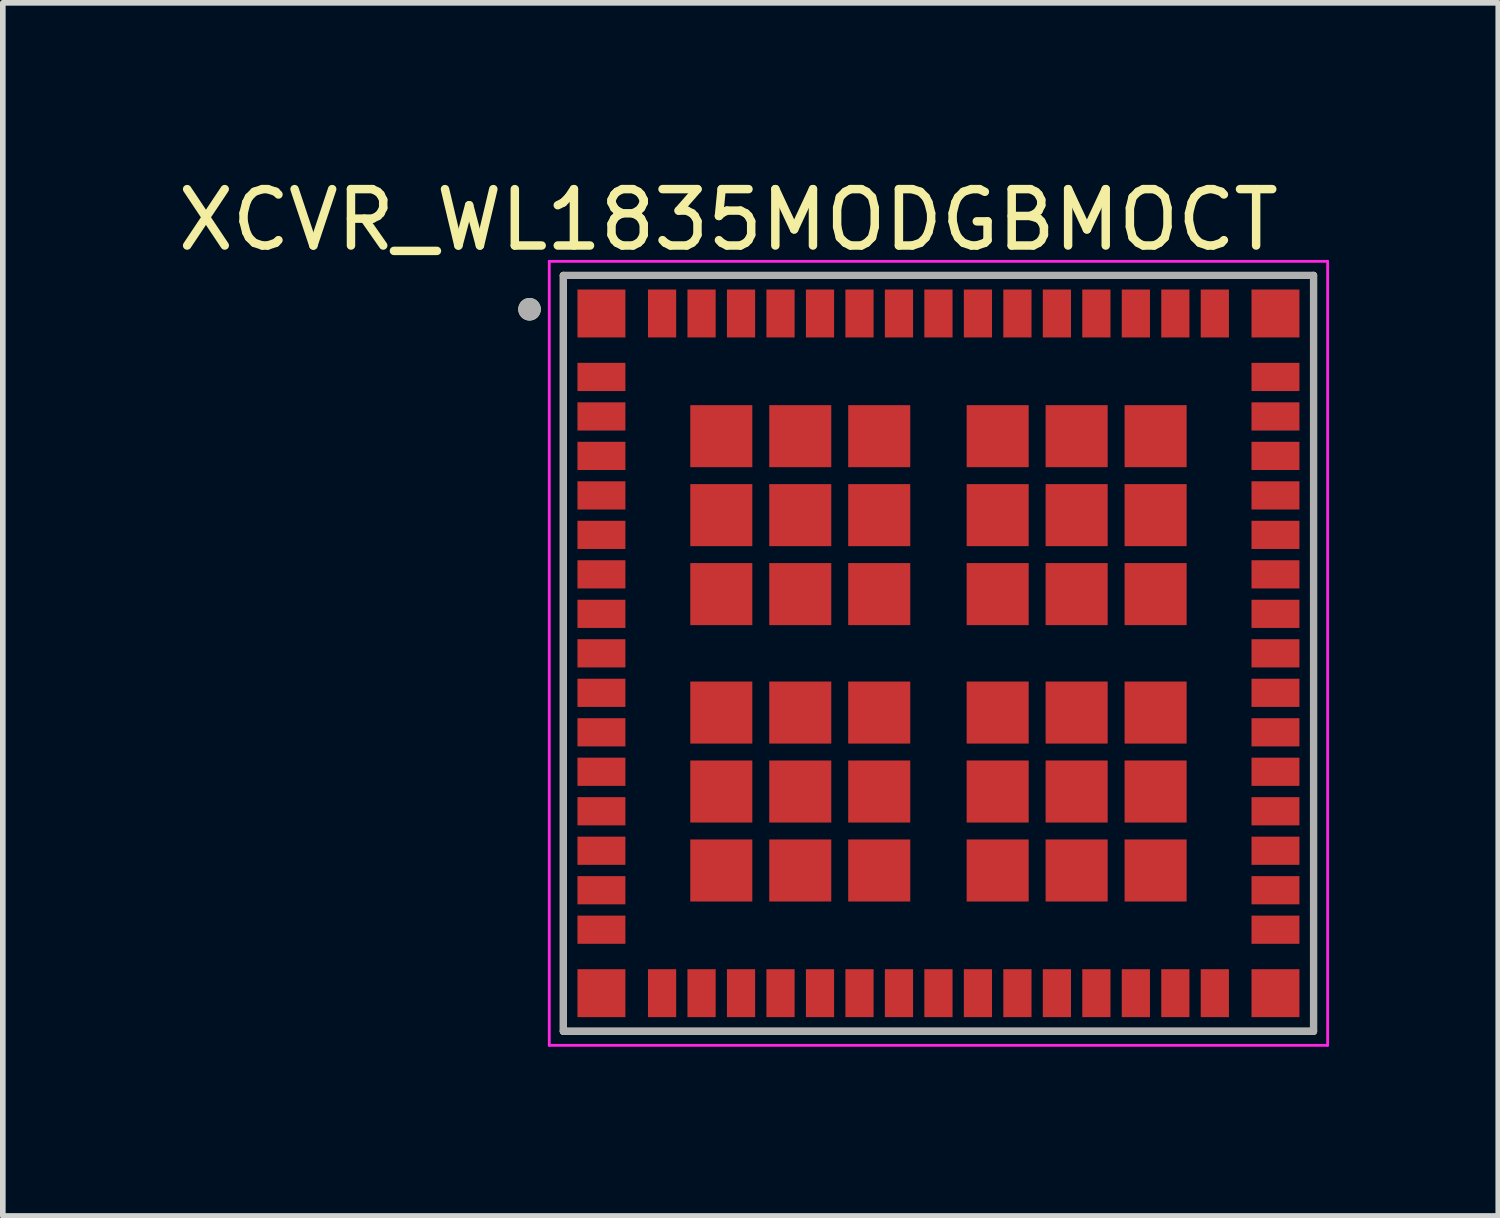
<source format=kicad_pcb>
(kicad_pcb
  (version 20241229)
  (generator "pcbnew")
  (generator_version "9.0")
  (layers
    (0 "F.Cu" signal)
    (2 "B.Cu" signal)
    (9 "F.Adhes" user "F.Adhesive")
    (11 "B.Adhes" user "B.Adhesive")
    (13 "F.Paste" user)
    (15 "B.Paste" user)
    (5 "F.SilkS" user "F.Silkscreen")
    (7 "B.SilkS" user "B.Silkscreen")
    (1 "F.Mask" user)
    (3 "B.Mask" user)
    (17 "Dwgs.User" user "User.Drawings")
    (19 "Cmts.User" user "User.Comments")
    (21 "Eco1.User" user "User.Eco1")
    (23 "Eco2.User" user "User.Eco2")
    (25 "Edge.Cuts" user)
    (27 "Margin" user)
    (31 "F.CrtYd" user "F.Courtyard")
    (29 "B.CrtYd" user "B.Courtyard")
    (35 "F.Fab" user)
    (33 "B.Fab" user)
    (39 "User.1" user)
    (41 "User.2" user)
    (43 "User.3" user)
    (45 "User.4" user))
  (footprint "XCVR_WL1835MODGBMOCT"
    (layer "F.Cu")
    (at 13.588 8.533)
    (property "Reference" "XCVR_WL1835MODGBMOCT" (at -3.725 -7.685 0) (layer "F.SilkS") (effects (font (size 1 1) (thickness 0.15))))
    (attr through_hole)
    (fp_poly (pts (xy -6.35 -6.4) (xy -5.6 -6.4) (xy -5.6 -5.65) (xy -6.35 -5.65)) (stroke (width 0.01) (type solid)) (fill yes) (layer "F.Mask"))
    (fp_poly (pts (xy -6.35 -5.1) (xy -5.6 -5.1) (xy -5.6 -4.7) (xy -6.35 -4.7)) (stroke (width 0.01) (type solid)) (fill yes) (layer "F.Mask"))
    (fp_poly (pts (xy -6.35 -4.4) (xy -5.6 -4.4) (xy -5.6 -4) (xy -6.35 -4)) (stroke (width 0.01) (type solid)) (fill yes) (layer "F.Mask"))
    (fp_poly (pts (xy -6.35 -3.7) (xy -5.6 -3.7) (xy -5.6 -3.3) (xy -6.35 -3.3)) (stroke (width 0.01) (type solid)) (fill yes) (layer "F.Mask"))
    (fp_poly (pts (xy -6.35 -3) (xy -5.6 -3) (xy -5.6 -2.6) (xy -6.35 -2.6)) (stroke (width 0.01) (type solid)) (fill yes) (layer "F.Mask"))
    (fp_poly (pts (xy -6.35 -2.3) (xy -5.6 -2.3) (xy -5.6 -1.9) (xy -6.35 -1.9)) (stroke (width 0.01) (type solid)) (fill yes) (layer "F.Mask"))
    (fp_poly (pts (xy -6.35 -1.6) (xy -5.6 -1.6) (xy -5.6 -1.2) (xy -6.35 -1.2)) (stroke (width 0.01) (type solid)) (fill yes) (layer "F.Mask"))
    (fp_poly (pts (xy -6.35 -0.9) (xy -5.6 -0.9) (xy -5.6 -0.5) (xy -6.35 -0.5)) (stroke (width 0.01) (type solid)) (fill yes) (layer "F.Mask"))
    (fp_poly (pts (xy -6.35 -0.2) (xy -5.6 -0.2) (xy -5.6 0.2) (xy -6.35 0.2)) (stroke (width 0.01) (type solid)) (fill yes) (layer "F.Mask"))
    (fp_poly (pts (xy -6.35 0.5) (xy -5.6 0.5) (xy -5.6 0.9) (xy -6.35 0.9)) (stroke (width 0.01) (type solid)) (fill yes) (layer "F.Mask"))
    (fp_poly (pts (xy -6.35 1.2) (xy -5.6 1.2) (xy -5.6 1.6) (xy -6.35 1.6)) (stroke (width 0.01) (type solid)) (fill yes) (layer "F.Mask"))
    (fp_poly (pts (xy -6.35 1.9) (xy -5.6 1.9) (xy -5.6 2.3) (xy -6.35 2.3)) (stroke (width 0.01) (type solid)) (fill yes) (layer "F.Mask"))
    (fp_poly (pts (xy -6.35 2.6) (xy -5.6 2.6) (xy -5.6 3) (xy -6.35 3)) (stroke (width 0.01) (type solid)) (fill yes) (layer "F.Mask"))
    (fp_poly (pts (xy -6.35 3.3) (xy -5.6 3.3) (xy -5.6 3.7) (xy -6.35 3.7)) (stroke (width 0.01) (type solid)) (fill yes) (layer "F.Mask"))
    (fp_poly (pts (xy -6.35 4) (xy -5.6 4) (xy -5.6 4.4) (xy -6.35 4.4)) (stroke (width 0.01) (type solid)) (fill yes) (layer "F.Mask"))
    (fp_poly (pts (xy -6.35 4.7) (xy -5.6 4.7) (xy -5.6 5.1) (xy -6.35 5.1)) (stroke (width 0.01) (type solid)) (fill yes) (layer "F.Mask"))
    (fp_poly (pts (xy -6.35 5.65) (xy -5.6 5.65) (xy -5.6 6.4) (xy -6.35 6.4)) (stroke (width 0.01) (type solid)) (fill yes) (layer "F.Mask"))
    (fp_poly (pts (xy -5.1 -6.4) (xy -4.7 -6.4) (xy -4.7 -5.65) (xy -5.1 -5.65)) (stroke (width 0.01) (type solid)) (fill yes) (layer "F.Mask"))
    (fp_poly (pts (xy -5.1 5.65) (xy -4.7 5.65) (xy -4.7 6.4) (xy -5.1 6.4)) (stroke (width 0.01) (type solid)) (fill yes) (layer "F.Mask"))
    (fp_poly (pts (xy -4.4 -6.4) (xy -4 -6.4) (xy -4 -5.65) (xy -4.4 -5.65)) (stroke (width 0.01) (type solid)) (fill yes) (layer "F.Mask"))
    (fp_poly (pts (xy -4.4 5.65) (xy -4 5.65) (xy -4 6.4) (xy -4.4 6.4)) (stroke (width 0.01) (type solid)) (fill yes) (layer "F.Mask"))
    (fp_poly (pts (xy -4.35 -4.35) (xy -3.35 -4.35) (xy -3.35 -3.35) (xy -4.35 -3.35)) (stroke (width 0.01) (type solid)) (fill yes) (layer "F.Mask"))
    (fp_poly (pts (xy -4.35 -2.95) (xy -3.35 -2.95) (xy -3.35 -1.95) (xy -4.35 -1.95)) (stroke (width 0.01) (type solid)) (fill yes) (layer "F.Mask"))
    (fp_poly (pts (xy -4.35 -1.55) (xy -3.35 -1.55) (xy -3.35 -0.55) (xy -4.35 -0.55)) (stroke (width 0.01) (type solid)) (fill yes) (layer "F.Mask"))
    (fp_poly (pts (xy -4.35 0.55) (xy -3.35 0.55) (xy -3.35 1.55) (xy -4.35 1.55)) (stroke (width 0.01) (type solid)) (fill yes) (layer "F.Mask"))
    (fp_poly (pts (xy -4.35 1.95) (xy -3.35 1.95) (xy -3.35 2.95) (xy -4.35 2.95)) (stroke (width 0.01) (type solid)) (fill yes) (layer "F.Mask"))
    (fp_poly (pts (xy -4.35 3.35) (xy -3.35 3.35) (xy -3.35 4.35) (xy -4.35 4.35)) (stroke (width 0.01) (type solid)) (fill yes) (layer "F.Mask"))
    (fp_poly (pts (xy -3.7 -6.4) (xy -3.3 -6.4) (xy -3.3 -5.65) (xy -3.7 -5.65)) (stroke (width 0.01) (type solid)) (fill yes) (layer "F.Mask"))
    (fp_poly (pts (xy -3.7 5.65) (xy -3.3 5.65) (xy -3.3 6.4) (xy -3.7 6.4)) (stroke (width 0.01) (type solid)) (fill yes) (layer "F.Mask"))
    (fp_poly (pts (xy -3 -6.4) (xy -2.6 -6.4) (xy -2.6 -5.65) (xy -3 -5.65)) (stroke (width 0.01) (type solid)) (fill yes) (layer "F.Mask"))
    (fp_poly (pts (xy -3 5.65) (xy -2.6 5.65) (xy -2.6 6.4) (xy -3 6.4)) (stroke (width 0.01) (type solid)) (fill yes) (layer "F.Mask"))
    (fp_poly (pts (xy -2.95 -4.35) (xy -1.95 -4.35) (xy -1.95 -3.35) (xy -2.95 -3.35)) (stroke (width 0.01) (type solid)) (fill yes) (layer "F.Mask"))
    (fp_poly (pts (xy -2.95 -2.95) (xy -1.95 -2.95) (xy -1.95 -1.95) (xy -2.95 -1.95)) (stroke (width 0.01) (type solid)) (fill yes) (layer "F.Mask"))
    (fp_poly (pts (xy -2.95 -1.55) (xy -1.95 -1.55) (xy -1.95 -0.55) (xy -2.95 -0.55)) (stroke (width 0.01) (type solid)) (fill yes) (layer "F.Mask"))
    (fp_poly (pts (xy -2.95 0.55) (xy -1.95 0.55) (xy -1.95 1.55) (xy -2.95 1.55)) (stroke (width 0.01) (type solid)) (fill yes) (layer "F.Mask"))
    (fp_poly (pts (xy -2.95 1.95) (xy -1.95 1.95) (xy -1.95 2.95) (xy -2.95 2.95)) (stroke (width 0.01) (type solid)) (fill yes) (layer "F.Mask"))
    (fp_poly (pts (xy -2.95 3.35) (xy -1.95 3.35) (xy -1.95 4.35) (xy -2.95 4.35)) (stroke (width 0.01) (type solid)) (fill yes) (layer "F.Mask"))
    (fp_poly (pts (xy -2.3 -6.4) (xy -1.9 -6.4) (xy -1.9 -5.65) (xy -2.3 -5.65)) (stroke (width 0.01) (type solid)) (fill yes) (layer "F.Mask"))
    (fp_poly (pts (xy -2.3 5.65) (xy -1.9 5.65) (xy -1.9 6.4) (xy -2.3 6.4)) (stroke (width 0.01) (type solid)) (fill yes) (layer "F.Mask"))
    (fp_poly (pts (xy -1.6 -6.4) (xy -1.2 -6.4) (xy -1.2 -5.65) (xy -1.6 -5.65)) (stroke (width 0.01) (type solid)) (fill yes) (layer "F.Mask"))
    (fp_poly (pts (xy -1.6 5.65) (xy -1.2 5.65) (xy -1.2 6.4) (xy -1.6 6.4)) (stroke (width 0.01) (type solid)) (fill yes) (layer "F.Mask"))
    (fp_poly (pts (xy -1.55 -4.35) (xy -0.55 -4.35) (xy -0.55 -3.35) (xy -1.55 -3.35)) (stroke (width 0.01) (type solid)) (fill yes) (layer "F.Mask"))
    (fp_poly (pts (xy -1.55 -2.95) (xy -0.55 -2.95) (xy -0.55 -1.95) (xy -1.55 -1.95)) (stroke (width 0.01) (type solid)) (fill yes) (layer "F.Mask"))
    (fp_poly (pts (xy -1.55 -1.55) (xy -0.55 -1.55) (xy -0.55 -0.55) (xy -1.55 -0.55)) (stroke (width 0.01) (type solid)) (fill yes) (layer "F.Mask"))
    (fp_poly (pts (xy -1.55 0.55) (xy -0.55 0.55) (xy -0.55 1.55) (xy -1.55 1.55)) (stroke (width 0.01) (type solid)) (fill yes) (layer "F.Mask"))
    (fp_poly (pts (xy -1.55 1.95) (xy -0.55 1.95) (xy -0.55 2.95) (xy -1.55 2.95)) (stroke (width 0.01) (type solid)) (fill yes) (layer "F.Mask"))
    (fp_poly (pts (xy -1.55 3.35) (xy -0.55 3.35) (xy -0.55 4.35) (xy -1.55 4.35)) (stroke (width 0.01) (type solid)) (fill yes) (layer "F.Mask"))
    (fp_poly (pts (xy -0.9 -6.4) (xy -0.5 -6.4) (xy -0.5 -5.65) (xy -0.9 -5.65)) (stroke (width 0.01) (type solid)) (fill yes) (layer "F.Mask"))
    (fp_poly (pts (xy -0.9 5.65) (xy -0.5 5.65) (xy -0.5 6.4) (xy -0.9 6.4)) (stroke (width 0.01) (type solid)) (fill yes) (layer "F.Mask"))
    (fp_poly (pts (xy -0.2 -6.4) (xy 0.2 -6.4) (xy 0.2 -5.65) (xy -0.2 -5.65)) (stroke (width 0.01) (type solid)) (fill yes) (layer "F.Mask"))
    (fp_poly (pts (xy -0.2 5.65) (xy 0.2 5.65) (xy 0.2 6.4) (xy -0.2 6.4)) (stroke (width 0.01) (type solid)) (fill yes) (layer "F.Mask"))
    (fp_poly (pts (xy 0.5 -6.4) (xy 0.9 -6.4) (xy 0.9 -5.65) (xy 0.5 -5.65)) (stroke (width 0.01) (type solid)) (fill yes) (layer "F.Mask"))
    (fp_poly (pts (xy 0.5 5.65) (xy 0.9 5.65) (xy 0.9 6.4) (xy 0.5 6.4)) (stroke (width 0.01) (type solid)) (fill yes) (layer "F.Mask"))
    (fp_poly (pts (xy 0.55 -4.35) (xy 1.55 -4.35) (xy 1.55 -3.35) (xy 0.55 -3.35)) (stroke (width 0.01) (type solid)) (fill yes) (layer "F.Mask"))
    (fp_poly (pts (xy 0.55 -2.95) (xy 1.55 -2.95) (xy 1.55 -1.95) (xy 0.55 -1.95)) (stroke (width 0.01) (type solid)) (fill yes) (layer "F.Mask"))
    (fp_poly (pts (xy 0.55 -1.55) (xy 1.55 -1.55) (xy 1.55 -0.55) (xy 0.55 -0.55)) (stroke (width 0.01) (type solid)) (fill yes) (layer "F.Mask"))
    (fp_poly (pts (xy 0.55 0.55) (xy 1.55 0.55) (xy 1.55 1.55) (xy 0.55 1.55)) (stroke (width 0.01) (type solid)) (fill yes) (layer "F.Mask"))
    (fp_poly (pts (xy 0.55 1.95) (xy 1.55 1.95) (xy 1.55 2.95) (xy 0.55 2.95)) (stroke (width 0.01) (type solid)) (fill yes) (layer "F.Mask"))
    (fp_poly (pts (xy 0.55 3.35) (xy 1.55 3.35) (xy 1.55 4.35) (xy 0.55 4.35)) (stroke (width 0.01) (type solid)) (fill yes) (layer "F.Mask"))
    (fp_poly (pts (xy 1.2 -6.4) (xy 1.6 -6.4) (xy 1.6 -5.65) (xy 1.2 -5.65)) (stroke (width 0.01) (type solid)) (fill yes) (layer "F.Mask"))
    (fp_poly (pts (xy 1.2 5.65) (xy 1.6 5.65) (xy 1.6 6.4) (xy 1.2 6.4)) (stroke (width 0.01) (type solid)) (fill yes) (layer "F.Mask"))
    (fp_poly (pts (xy 1.9 -6.4) (xy 2.3 -6.4) (xy 2.3 -5.65) (xy 1.9 -5.65)) (stroke (width 0.01) (type solid)) (fill yes) (layer "F.Mask"))
    (fp_poly (pts (xy 1.9 5.65) (xy 2.3 5.65) (xy 2.3 6.4) (xy 1.9 6.4)) (stroke (width 0.01) (type solid)) (fill yes) (layer "F.Mask"))
    (fp_poly (pts (xy 1.95 -4.35) (xy 2.95 -4.35) (xy 2.95 -3.35) (xy 1.95 -3.35)) (stroke (width 0.01) (type solid)) (fill yes) (layer "F.Mask"))
    (fp_poly (pts (xy 1.95 -2.95) (xy 2.95 -2.95) (xy 2.95 -1.95) (xy 1.95 -1.95)) (stroke (width 0.01) (type solid)) (fill yes) (layer "F.Mask"))
    (fp_poly (pts (xy 1.95 -1.55) (xy 2.95 -1.55) (xy 2.95 -0.55) (xy 1.95 -0.55)) (stroke (width 0.01) (type solid)) (fill yes) (layer "F.Mask"))
    (fp_poly (pts (xy 1.95 0.55) (xy 2.95 0.55) (xy 2.95 1.55) (xy 1.95 1.55)) (stroke (width 0.01) (type solid)) (fill yes) (layer "F.Mask"))
    (fp_poly (pts (xy 1.95 1.95) (xy 2.95 1.95) (xy 2.95 2.95) (xy 1.95 2.95)) (stroke (width 0.01) (type solid)) (fill yes) (layer "F.Mask"))
    (fp_poly (pts (xy 1.95 3.35) (xy 2.95 3.35) (xy 2.95 4.35) (xy 1.95 4.35)) (stroke (width 0.01) (type solid)) (fill yes) (layer "F.Mask"))
    (fp_poly (pts (xy 2.6 -6.4) (xy 3 -6.4) (xy 3 -5.65) (xy 2.6 -5.65)) (stroke (width 0.01) (type solid)) (fill yes) (layer "F.Mask"))
    (fp_poly (pts (xy 2.6 5.65) (xy 3 5.65) (xy 3 6.4) (xy 2.6 6.4)) (stroke (width 0.01) (type solid)) (fill yes) (layer "F.Mask"))
    (fp_poly (pts (xy 3.3 -6.4) (xy 3.7 -6.4) (xy 3.7 -5.65) (xy 3.3 -5.65)) (stroke (width 0.01) (type solid)) (fill yes) (layer "F.Mask"))
    (fp_poly (pts (xy 3.3 5.65) (xy 3.7 5.65) (xy 3.7 6.4) (xy 3.3 6.4)) (stroke (width 0.01) (type solid)) (fill yes) (layer "F.Mask"))
    (fp_poly (pts (xy 3.35 -4.35) (xy 4.35 -4.35) (xy 4.35 -3.35) (xy 3.35 -3.35)) (stroke (width 0.01) (type solid)) (fill yes) (layer "F.Mask"))
    (fp_poly (pts (xy 3.35 -2.95) (xy 4.35 -2.95) (xy 4.35 -1.95) (xy 3.35 -1.95)) (stroke (width 0.01) (type solid)) (fill yes) (layer "F.Mask"))
    (fp_poly (pts (xy 3.35 -1.55) (xy 4.35 -1.55) (xy 4.35 -0.55) (xy 3.35 -0.55)) (stroke (width 0.01) (type solid)) (fill yes) (layer "F.Mask"))
    (fp_poly (pts (xy 3.35 0.55) (xy 4.35 0.55) (xy 4.35 1.55) (xy 3.35 1.55)) (stroke (width 0.01) (type solid)) (fill yes) (layer "F.Mask"))
    (fp_poly (pts (xy 3.35 1.95) (xy 4.35 1.95) (xy 4.35 2.95) (xy 3.35 2.95)) (stroke (width 0.01) (type solid)) (fill yes) (layer "F.Mask"))
    (fp_poly (pts (xy 3.35 3.35) (xy 4.35 3.35) (xy 4.35 4.35) (xy 3.35 4.35)) (stroke (width 0.01) (type solid)) (fill yes) (layer "F.Mask"))
    (fp_poly (pts (xy 4 -6.4) (xy 4.4 -6.4) (xy 4.4 -5.65) (xy 4 -5.65)) (stroke (width 0.01) (type solid)) (fill yes) (layer "F.Mask"))
    (fp_poly (pts (xy 4 5.65) (xy 4.4 5.65) (xy 4.4 6.4) (xy 4 6.4)) (stroke (width 0.01) (type solid)) (fill yes) (layer "F.Mask"))
    (fp_poly (pts (xy 4.7 -6.4) (xy 5.1 -6.4) (xy 5.1 -5.65) (xy 4.7 -5.65)) (stroke (width 0.01) (type solid)) (fill yes) (layer "F.Mask"))
    (fp_poly (pts (xy 4.7 5.65) (xy 5.1 5.65) (xy 5.1 6.4) (xy 4.7 6.4)) (stroke (width 0.01) (type solid)) (fill yes) (layer "F.Mask"))
    (fp_poly (pts (xy 5.6 -6.4) (xy 6.35 -6.4) (xy 6.35 -5.65) (xy 5.6 -5.65)) (stroke (width 0.01) (type solid)) (fill yes) (layer "F.Mask"))
    (fp_poly (pts (xy 5.6 -5.1) (xy 6.35 -5.1) (xy 6.35 -4.7) (xy 5.6 -4.7)) (stroke (width 0.01) (type solid)) (fill yes) (layer "F.Mask"))
    (fp_poly (pts (xy 5.6 -4.4) (xy 6.35 -4.4) (xy 6.35 -4) (xy 5.6 -4)) (stroke (width 0.01) (type solid)) (fill yes) (layer "F.Mask"))
    (fp_poly (pts (xy 5.6 -3.7) (xy 6.35 -3.7) (xy 6.35 -3.3) (xy 5.6 -3.3)) (stroke (width 0.01) (type solid)) (fill yes) (layer "F.Mask"))
    (fp_poly (pts (xy 5.6 -3) (xy 6.35 -3) (xy 6.35 -2.6) (xy 5.6 -2.6)) (stroke (width 0.01) (type solid)) (fill yes) (layer "F.Mask"))
    (fp_poly (pts (xy 5.6 -2.3) (xy 6.35 -2.3) (xy 6.35 -1.9) (xy 5.6 -1.9)) (stroke (width 0.01) (type solid)) (fill yes) (layer "F.Mask"))
    (fp_poly (pts (xy 5.6 -1.6) (xy 6.35 -1.6) (xy 6.35 -1.2) (xy 5.6 -1.2)) (stroke (width 0.01) (type solid)) (fill yes) (layer "F.Mask"))
    (fp_poly (pts (xy 5.6 -0.9) (xy 6.35 -0.9) (xy 6.35 -0.5) (xy 5.6 -0.5)) (stroke (width 0.01) (type solid)) (fill yes) (layer "F.Mask"))
    (fp_poly (pts (xy 5.6 -0.2) (xy 6.35 -0.2) (xy 6.35 0.2) (xy 5.6 0.2)) (stroke (width 0.01) (type solid)) (fill yes) (layer "F.Mask"))
    (fp_poly (pts (xy 5.6 0.5) (xy 6.35 0.5) (xy 6.35 0.9) (xy 5.6 0.9)) (stroke (width 0.01) (type solid)) (fill yes) (layer "F.Mask"))
    (fp_poly (pts (xy 5.6 1.2) (xy 6.35 1.2) (xy 6.35 1.6) (xy 5.6 1.6)) (stroke (width 0.01) (type solid)) (fill yes) (layer "F.Mask"))
    (fp_poly (pts (xy 5.6 1.9) (xy 6.35 1.9) (xy 6.35 2.3) (xy 5.6 2.3)) (stroke (width 0.01) (type solid)) (fill yes) (layer "F.Mask"))
    (fp_poly (pts (xy 5.6 2.6) (xy 6.35 2.6) (xy 6.35 3) (xy 5.6 3)) (stroke (width 0.01) (type solid)) (fill yes) (layer "F.Mask"))
    (fp_poly (pts (xy 5.6 3.3) (xy 6.35 3.3) (xy 6.35 3.7) (xy 5.6 3.7)) (stroke (width 0.01) (type solid)) (fill yes) (layer "F.Mask"))
    (fp_poly (pts (xy 5.6 4) (xy 6.35 4) (xy 6.35 4.4) (xy 5.6 4.4)) (stroke (width 0.01) (type solid)) (fill yes) (layer "F.Mask"))
    (fp_poly (pts (xy 5.6 4.7) (xy 6.35 4.7) (xy 6.35 5.1) (xy 5.6 5.1)) (stroke (width 0.01) (type solid)) (fill yes) (layer "F.Mask"))
    (fp_poly (pts (xy 5.6 5.65) (xy 6.35 5.65) (xy 6.35 6.4) (xy 5.6 6.4)) (stroke (width 0.01) (type solid)) (fill yes) (layer "F.Mask"))
    (fp_line (start -6.65 -6.7) (end -6.65 6.7) (stroke (width 0.127) (type solid)) (layer "F.SilkS"))
    (fp_line (start -6.65 6.7) (end 6.65 6.7) (stroke (width 0.127) (type solid)) (layer "F.SilkS"))
    (fp_line (start 6.65 -6.7) (end -6.65 -6.7) (stroke (width 0.127) (type solid)) (layer "F.SilkS"))
    (fp_line (start 6.65 6.7) (end 6.65 -6.7) (stroke (width 0.127) (type solid)) (layer "F.SilkS"))
    (fp_circle (center -7.25 -6.1) (end -7.15 -6.1) (stroke (width 0.2) (type solid)) (fill no) (layer "F.SilkS"))
    (fp_poly (pts (xy -6.35 -5.1) (xy -5.6 -5.1) (xy -5.6 -4.7) (xy -6.35 -4.7)) (stroke (width 0.01) (type solid)) (fill yes) (layer "F.Paste"))
    (fp_poly (pts (xy -6.35 -4.4) (xy -5.6 -4.4) (xy -5.6 -4) (xy -6.35 -4)) (stroke (width 0.01) (type solid)) (fill yes) (layer "F.Paste"))
    (fp_poly (pts (xy -6.35 -3.7) (xy -5.6 -3.7) (xy -5.6 -3.3) (xy -6.35 -3.3)) (stroke (width 0.01) (type solid)) (fill yes) (layer "F.Paste"))
    (fp_poly (pts (xy -6.35 -3) (xy -5.6 -3) (xy -5.6 -2.6) (xy -6.35 -2.6)) (stroke (width 0.01) (type solid)) (fill yes) (layer "F.Paste"))
    (fp_poly (pts (xy -6.35 -2.3) (xy -5.6 -2.3) (xy -5.6 -1.9) (xy -6.35 -1.9)) (stroke (width 0.01) (type solid)) (fill yes) (layer "F.Paste"))
    (fp_poly (pts (xy -6.35 -1.6) (xy -5.6 -1.6) (xy -5.6 -1.2) (xy -6.35 -1.2)) (stroke (width 0.01) (type solid)) (fill yes) (layer "F.Paste"))
    (fp_poly (pts (xy -6.35 -0.9) (xy -5.6 -0.9) (xy -5.6 -0.5) (xy -6.35 -0.5)) (stroke (width 0.01) (type solid)) (fill yes) (layer "F.Paste"))
    (fp_poly (pts (xy -6.35 -0.2) (xy -5.6 -0.2) (xy -5.6 0.2) (xy -6.35 0.2)) (stroke (width 0.01) (type solid)) (fill yes) (layer "F.Paste"))
    (fp_poly (pts (xy -6.35 0.5) (xy -5.6 0.5) (xy -5.6 0.9) (xy -6.35 0.9)) (stroke (width 0.01) (type solid)) (fill yes) (layer "F.Paste"))
    (fp_poly (pts (xy -6.35 1.2) (xy -5.6 1.2) (xy -5.6 1.6) (xy -6.35 1.6)) (stroke (width 0.01) (type solid)) (fill yes) (layer "F.Paste"))
    (fp_poly (pts (xy -6.35 1.9) (xy -5.6 1.9) (xy -5.6 2.3) (xy -6.35 2.3)) (stroke (width 0.01) (type solid)) (fill yes) (layer "F.Paste"))
    (fp_poly (pts (xy -6.35 2.6) (xy -5.6 2.6) (xy -5.6 3) (xy -6.35 3)) (stroke (width 0.01) (type solid)) (fill yes) (layer "F.Paste"))
    (fp_poly (pts (xy -6.35 3.3) (xy -5.6 3.3) (xy -5.6 3.7) (xy -6.35 3.7)) (stroke (width 0.01) (type solid)) (fill yes) (layer "F.Paste"))
    (fp_poly (pts (xy -6.35 4) (xy -5.6 4) (xy -5.6 4.4) (xy -6.35 4.4)) (stroke (width 0.01) (type solid)) (fill yes) (layer "F.Paste"))
    (fp_poly (pts (xy -6.35 4.7) (xy -5.6 4.7) (xy -5.6 5.1) (xy -6.35 5.1)) (stroke (width 0.01) (type solid)) (fill yes) (layer "F.Paste"))
    (fp_poly (pts (xy -6.332 -6.381) (xy -5.619 -6.381) (xy -5.619 -5.668) (xy -6.332 -5.668)) (stroke (width 0.01) (type solid)) (fill yes) (layer "F.Paste"))
    (fp_poly (pts (xy -6.332 5.668) (xy -5.619 5.668) (xy -5.619 6.381) (xy -6.332 6.381)) (stroke (width 0.01) (type solid)) (fill yes) (layer "F.Paste"))
    (fp_poly (pts (xy -5.1 -6.4) (xy -4.7 -6.4) (xy -4.7 -5.65) (xy -5.1 -5.65)) (stroke (width 0.01) (type solid)) (fill yes) (layer "F.Paste"))
    (fp_poly (pts (xy -5.1 5.65) (xy -4.7 5.65) (xy -4.7 6.4) (xy -5.1 6.4)) (stroke (width 0.01) (type solid)) (fill yes) (layer "F.Paste"))
    (fp_poly (pts (xy -4.4 -6.4) (xy -4 -6.4) (xy -4 -5.65) (xy -4.4 -5.65)) (stroke (width 0.01) (type solid)) (fill yes) (layer "F.Paste"))
    (fp_poly (pts (xy -4.4 5.65) (xy -4 5.65) (xy -4 6.4) (xy -4.4 6.4)) (stroke (width 0.01) (type solid)) (fill yes) (layer "F.Paste"))
    (fp_poly (pts (xy -4.325 -4.325) (xy -3.375 -4.325) (xy -3.375 -3.375) (xy -4.325 -3.375)) (stroke (width 0.01) (type solid)) (fill yes) (layer "F.Paste"))
    (fp_poly (pts (xy -4.325 -2.925) (xy -3.375 -2.925) (xy -3.375 -1.975) (xy -4.325 -1.975)) (stroke (width 0.01) (type solid)) (fill yes) (layer "F.Paste"))
    (fp_poly (pts (xy -4.325 -1.525) (xy -3.375 -1.525) (xy -3.375 -0.575) (xy -4.325 -0.575)) (stroke (width 0.01) (type solid)) (fill yes) (layer "F.Paste"))
    (fp_poly (pts (xy -4.325 0.575) (xy -3.375 0.575) (xy -3.375 1.525) (xy -4.325 1.525)) (stroke (width 0.01) (type solid)) (fill yes) (layer "F.Paste"))
    (fp_poly (pts (xy -4.325 1.975) (xy -3.375 1.975) (xy -3.375 2.925) (xy -4.325 2.925)) (stroke (width 0.01) (type solid)) (fill yes) (layer "F.Paste"))
    (fp_poly (pts (xy -4.325 3.375) (xy -3.375 3.375) (xy -3.375 4.325) (xy -4.325 4.325)) (stroke (width 0.01) (type solid)) (fill yes) (layer "F.Paste"))
    (fp_poly (pts (xy -3.7 -6.4) (xy -3.3 -6.4) (xy -3.3 -5.65) (xy -3.7 -5.65)) (stroke (width 0.01) (type solid)) (fill yes) (layer "F.Paste"))
    (fp_poly (pts (xy -3.7 5.65) (xy -3.3 5.65) (xy -3.3 6.4) (xy -3.7 6.4)) (stroke (width 0.01) (type solid)) (fill yes) (layer "F.Paste"))
    (fp_poly (pts (xy -3 -6.4) (xy -2.6 -6.4) (xy -2.6 -5.65) (xy -3 -5.65)) (stroke (width 0.01) (type solid)) (fill yes) (layer "F.Paste"))
    (fp_poly (pts (xy -3 5.65) (xy -2.6 5.65) (xy -2.6 6.4) (xy -3 6.4)) (stroke (width 0.01) (type solid)) (fill yes) (layer "F.Paste"))
    (fp_poly (pts (xy -2.925 -4.325) (xy -1.975 -4.325) (xy -1.975 -3.375) (xy -2.925 -3.375)) (stroke (width 0.01) (type solid)) (fill yes) (layer "F.Paste"))
    (fp_poly (pts (xy -2.925 -2.925) (xy -1.975 -2.925) (xy -1.975 -1.975) (xy -2.925 -1.975)) (stroke (width 0.01) (type solid)) (fill yes) (layer "F.Paste"))
    (fp_poly (pts (xy -2.925 -1.525) (xy -1.975 -1.525) (xy -1.975 -0.575) (xy -2.925 -0.575)) (stroke (width 0.01) (type solid)) (fill yes) (layer "F.Paste"))
    (fp_poly (pts (xy -2.925 0.575) (xy -1.975 0.575) (xy -1.975 1.525) (xy -2.925 1.525)) (stroke (width 0.01) (type solid)) (fill yes) (layer "F.Paste"))
    (fp_poly (pts (xy -2.925 1.975) (xy -1.975 1.975) (xy -1.975 2.925) (xy -2.925 2.925)) (stroke (width 0.01) (type solid)) (fill yes) (layer "F.Paste"))
    (fp_poly (pts (xy -2.925 3.375) (xy -1.975 3.375) (xy -1.975 4.325) (xy -2.925 4.325)) (stroke (width 0.01) (type solid)) (fill yes) (layer "F.Paste"))
    (fp_poly (pts (xy -2.3 -6.4) (xy -1.9 -6.4) (xy -1.9 -5.65) (xy -2.3 -5.65)) (stroke (width 0.01) (type solid)) (fill yes) (layer "F.Paste"))
    (fp_poly (pts (xy -2.3 5.65) (xy -1.9 5.65) (xy -1.9 6.4) (xy -2.3 6.4)) (stroke (width 0.01) (type solid)) (fill yes) (layer "F.Paste"))
    (fp_poly (pts (xy -1.6 -6.4) (xy -1.2 -6.4) (xy -1.2 -5.65) (xy -1.6 -5.65)) (stroke (width 0.01) (type solid)) (fill yes) (layer "F.Paste"))
    (fp_poly (pts (xy -1.6 5.65) (xy -1.2 5.65) (xy -1.2 6.4) (xy -1.6 6.4)) (stroke (width 0.01) (type solid)) (fill yes) (layer "F.Paste"))
    (fp_poly (pts (xy -1.525 -4.325) (xy -0.575 -4.325) (xy -0.575 -3.375) (xy -1.525 -3.375)) (stroke (width 0.01) (type solid)) (fill yes) (layer "F.Paste"))
    (fp_poly (pts (xy -1.525 -2.925) (xy -0.575 -2.925) (xy -0.575 -1.975) (xy -1.525 -1.975)) (stroke (width 0.01) (type solid)) (fill yes) (layer "F.Paste"))
    (fp_poly (pts (xy -1.525 -1.525) (xy -0.575 -1.525) (xy -0.575 -0.575) (xy -1.525 -0.575)) (stroke (width 0.01) (type solid)) (fill yes) (layer "F.Paste"))
    (fp_poly (pts (xy -1.525 0.575) (xy -0.575 0.575) (xy -0.575 1.525) (xy -1.525 1.525)) (stroke (width 0.01) (type solid)) (fill yes) (layer "F.Paste"))
    (fp_poly (pts (xy -1.525 1.975) (xy -0.575 1.975) (xy -0.575 2.925) (xy -1.525 2.925)) (stroke (width 0.01) (type solid)) (fill yes) (layer "F.Paste"))
    (fp_poly (pts (xy -1.525 3.375) (xy -0.575 3.375) (xy -0.575 4.325) (xy -1.525 4.325)) (stroke (width 0.01) (type solid)) (fill yes) (layer "F.Paste"))
    (fp_poly (pts (xy -0.9 -6.4) (xy -0.5 -6.4) (xy -0.5 -5.65) (xy -0.9 -5.65)) (stroke (width 0.01) (type solid)) (fill yes) (layer "F.Paste"))
    (fp_poly (pts (xy -0.9 5.65) (xy -0.5 5.65) (xy -0.5 6.4) (xy -0.9 6.4)) (stroke (width 0.01) (type solid)) (fill yes) (layer "F.Paste"))
    (fp_poly (pts (xy -0.2 -6.4) (xy 0.2 -6.4) (xy 0.2 -5.65) (xy -0.2 -5.65)) (stroke (width 0.01) (type solid)) (fill yes) (layer "F.Paste"))
    (fp_poly (pts (xy -0.2 5.65) (xy 0.2 5.65) (xy 0.2 6.4) (xy -0.2 6.4)) (stroke (width 0.01) (type solid)) (fill yes) (layer "F.Paste"))
    (fp_poly (pts (xy 0.5 -6.4) (xy 0.9 -6.4) (xy 0.9 -5.65) (xy 0.5 -5.65)) (stroke (width 0.01) (type solid)) (fill yes) (layer "F.Paste"))
    (fp_poly (pts (xy 0.5 5.65) (xy 0.9 5.65) (xy 0.9 6.4) (xy 0.5 6.4)) (stroke (width 0.01) (type solid)) (fill yes) (layer "F.Paste"))
    (fp_poly (pts (xy 0.575 -4.325) (xy 1.525 -4.325) (xy 1.525 -3.375) (xy 0.575 -3.375)) (stroke (width 0.01) (type solid)) (fill yes) (layer "F.Paste"))
    (fp_poly (pts (xy 0.575 -2.925) (xy 1.525 -2.925) (xy 1.525 -1.975) (xy 0.575 -1.975)) (stroke (width 0.01) (type solid)) (fill yes) (layer "F.Paste"))
    (fp_poly (pts (xy 0.575 -1.525) (xy 1.525 -1.525) (xy 1.525 -0.575) (xy 0.575 -0.575)) (stroke (width 0.01) (type solid)) (fill yes) (layer "F.Paste"))
    (fp_poly (pts (xy 0.575 0.575) (xy 1.525 0.575) (xy 1.525 1.525) (xy 0.575 1.525)) (stroke (width 0.01) (type solid)) (fill yes) (layer "F.Paste"))
    (fp_poly (pts (xy 0.575 1.975) (xy 1.525 1.975) (xy 1.525 2.925) (xy 0.575 2.925)) (stroke (width 0.01) (type solid)) (fill yes) (layer "F.Paste"))
    (fp_poly (pts (xy 0.575 3.375) (xy 1.525 3.375) (xy 1.525 4.325) (xy 0.575 4.325)) (stroke (width 0.01) (type solid)) (fill yes) (layer "F.Paste"))
    (fp_poly (pts (xy 1.2 -6.4) (xy 1.6 -6.4) (xy 1.6 -5.65) (xy 1.2 -5.65)) (stroke (width 0.01) (type solid)) (fill yes) (layer "F.Paste"))
    (fp_poly (pts (xy 1.2 5.65) (xy 1.6 5.65) (xy 1.6 6.4) (xy 1.2 6.4)) (stroke (width 0.01) (type solid)) (fill yes) (layer "F.Paste"))
    (fp_poly (pts (xy 1.9 -6.4) (xy 2.3 -6.4) (xy 2.3 -5.65) (xy 1.9 -5.65)) (stroke (width 0.01) (type solid)) (fill yes) (layer "F.Paste"))
    (fp_poly (pts (xy 1.9 5.65) (xy 2.3 5.65) (xy 2.3 6.4) (xy 1.9 6.4)) (stroke (width 0.01) (type solid)) (fill yes) (layer "F.Paste"))
    (fp_poly (pts (xy 1.975 -4.325) (xy 2.925 -4.325) (xy 2.925 -3.375) (xy 1.975 -3.375)) (stroke (width 0.01) (type solid)) (fill yes) (layer "F.Paste"))
    (fp_poly (pts (xy 1.975 -2.925) (xy 2.925 -2.925) (xy 2.925 -1.975) (xy 1.975 -1.975)) (stroke (width 0.01) (type solid)) (fill yes) (layer "F.Paste"))
    (fp_poly (pts (xy 1.975 -1.525) (xy 2.925 -1.525) (xy 2.925 -0.575) (xy 1.975 -0.575)) (stroke (width 0.01) (type solid)) (fill yes) (layer "F.Paste"))
    (fp_poly (pts (xy 1.975 0.575) (xy 2.925 0.575) (xy 2.925 1.525) (xy 1.975 1.525)) (stroke (width 0.01) (type solid)) (fill yes) (layer "F.Paste"))
    (fp_poly (pts (xy 1.975 1.975) (xy 2.925 1.975) (xy 2.925 2.925) (xy 1.975 2.925)) (stroke (width 0.01) (type solid)) (fill yes) (layer "F.Paste"))
    (fp_poly (pts (xy 1.975 3.375) (xy 2.925 3.375) (xy 2.925 4.325) (xy 1.975 4.325)) (stroke (width 0.01) (type solid)) (fill yes) (layer "F.Paste"))
    (fp_poly (pts (xy 2.6 -6.4) (xy 3 -6.4) (xy 3 -5.65) (xy 2.6 -5.65)) (stroke (width 0.01) (type solid)) (fill yes) (layer "F.Paste"))
    (fp_poly (pts (xy 2.6 5.65) (xy 3 5.65) (xy 3 6.4) (xy 2.6 6.4)) (stroke (width 0.01) (type solid)) (fill yes) (layer "F.Paste"))
    (fp_poly (pts (xy 3.3 -6.4) (xy 3.7 -6.4) (xy 3.7 -5.65) (xy 3.3 -5.65)) (stroke (width 0.01) (type solid)) (fill yes) (layer "F.Paste"))
    (fp_poly (pts (xy 3.3 5.65) (xy 3.7 5.65) (xy 3.7 6.4) (xy 3.3 6.4)) (stroke (width 0.01) (type solid)) (fill yes) (layer "F.Paste"))
    (fp_poly (pts (xy 3.375 -4.325) (xy 4.325 -4.325) (xy 4.325 -3.375) (xy 3.375 -3.375)) (stroke (width 0.01) (type solid)) (fill yes) (layer "F.Paste"))
    (fp_poly (pts (xy 3.375 -2.925) (xy 4.325 -2.925) (xy 4.325 -1.975) (xy 3.375 -1.975)) (stroke (width 0.01) (type solid)) (fill yes) (layer "F.Paste"))
    (fp_poly (pts (xy 3.375 -1.525) (xy 4.325 -1.525) (xy 4.325 -0.575) (xy 3.375 -0.575)) (stroke (width 0.01) (type solid)) (fill yes) (layer "F.Paste"))
    (fp_poly (pts (xy 3.375 0.575) (xy 4.325 0.575) (xy 4.325 1.525) (xy 3.375 1.525)) (stroke (width 0.01) (type solid)) (fill yes) (layer "F.Paste"))
    (fp_poly (pts (xy 3.375 1.975) (xy 4.325 1.975) (xy 4.325 2.925) (xy 3.375 2.925)) (stroke (width 0.01) (type solid)) (fill yes) (layer "F.Paste"))
    (fp_poly (pts (xy 3.375 3.375) (xy 4.325 3.375) (xy 4.325 4.325) (xy 3.375 4.325)) (stroke (width 0.01) (type solid)) (fill yes) (layer "F.Paste"))
    (fp_poly (pts (xy 4 -6.4) (xy 4.4 -6.4) (xy 4.4 -5.65) (xy 4 -5.65)) (stroke (width 0.01) (type solid)) (fill yes) (layer "F.Paste"))
    (fp_poly (pts (xy 4 5.65) (xy 4.4 5.65) (xy 4.4 6.4) (xy 4 6.4)) (stroke (width 0.01) (type solid)) (fill yes) (layer "F.Paste"))
    (fp_poly (pts (xy 4.7 -6.4) (xy 5.1 -6.4) (xy 5.1 -5.65) (xy 4.7 -5.65)) (stroke (width 0.01) (type solid)) (fill yes) (layer "F.Paste"))
    (fp_poly (pts (xy 4.7 5.65) (xy 5.1 5.65) (xy 5.1 6.4) (xy 4.7 6.4)) (stroke (width 0.01) (type solid)) (fill yes) (layer "F.Paste"))
    (fp_poly (pts (xy 5.6 -5.1) (xy 6.35 -5.1) (xy 6.35 -4.7) (xy 5.6 -4.7)) (stroke (width 0.01) (type solid)) (fill yes) (layer "F.Paste"))
    (fp_poly (pts (xy 5.6 -4.4) (xy 6.35 -4.4) (xy 6.35 -4) (xy 5.6 -4)) (stroke (width 0.01) (type solid)) (fill yes) (layer "F.Paste"))
    (fp_poly (pts (xy 5.6 -3.7) (xy 6.35 -3.7) (xy 6.35 -3.3) (xy 5.6 -3.3)) (stroke (width 0.01) (type solid)) (fill yes) (layer "F.Paste"))
    (fp_poly (pts (xy 5.6 -3) (xy 6.35 -3) (xy 6.35 -2.6) (xy 5.6 -2.6)) (stroke (width 0.01) (type solid)) (fill yes) (layer "F.Paste"))
    (fp_poly (pts (xy 5.6 -2.3) (xy 6.35 -2.3) (xy 6.35 -1.9) (xy 5.6 -1.9)) (stroke (width 0.01) (type solid)) (fill yes) (layer "F.Paste"))
    (fp_poly (pts (xy 5.6 -1.6) (xy 6.35 -1.6) (xy 6.35 -1.2) (xy 5.6 -1.2)) (stroke (width 0.01) (type solid)) (fill yes) (layer "F.Paste"))
    (fp_poly (pts (xy 5.6 -0.9) (xy 6.35 -0.9) (xy 6.35 -0.5) (xy 5.6 -0.5)) (stroke (width 0.01) (type solid)) (fill yes) (layer "F.Paste"))
    (fp_poly (pts (xy 5.6 -0.2) (xy 6.35 -0.2) (xy 6.35 0.2) (xy 5.6 0.2)) (stroke (width 0.01) (type solid)) (fill yes) (layer "F.Paste"))
    (fp_poly (pts (xy 5.6 0.5) (xy 6.35 0.5) (xy 6.35 0.9) (xy 5.6 0.9)) (stroke (width 0.01) (type solid)) (fill yes) (layer "F.Paste"))
    (fp_poly (pts (xy 5.6 1.2) (xy 6.35 1.2) (xy 6.35 1.6) (xy 5.6 1.6)) (stroke (width 0.01) (type solid)) (fill yes) (layer "F.Paste"))
    (fp_poly (pts (xy 5.6 1.9) (xy 6.35 1.9) (xy 6.35 2.3) (xy 5.6 2.3)) (stroke (width 0.01) (type solid)) (fill yes) (layer "F.Paste"))
    (fp_poly (pts (xy 5.6 2.6) (xy 6.35 2.6) (xy 6.35 3) (xy 5.6 3)) (stroke (width 0.01) (type solid)) (fill yes) (layer "F.Paste"))
    (fp_poly (pts (xy 5.6 3.3) (xy 6.35 3.3) (xy 6.35 3.7) (xy 5.6 3.7)) (stroke (width 0.01) (type solid)) (fill yes) (layer "F.Paste"))
    (fp_poly (pts (xy 5.6 4) (xy 6.35 4) (xy 6.35 4.4) (xy 5.6 4.4)) (stroke (width 0.01) (type solid)) (fill yes) (layer "F.Paste"))
    (fp_poly (pts (xy 5.6 4.7) (xy 6.35 4.7) (xy 6.35 5.1) (xy 5.6 5.1)) (stroke (width 0.01) (type solid)) (fill yes) (layer "F.Paste"))
    (fp_poly (pts (xy 5.619 -6.381) (xy 6.332 -6.381) (xy 6.332 -5.668) (xy 5.619 -5.668)) (stroke (width 0.01) (type solid)) (fill yes) (layer "F.Paste"))
    (fp_poly (pts (xy 5.619 5.668) (xy 6.332 5.668) (xy 6.332 6.381) (xy 5.619 6.381)) (stroke (width 0.01) (type solid)) (fill yes) (layer "F.Paste"))
    (fp_line (start -6.9 -6.95) (end -6.9 6.95) (stroke (width 0.05) (type solid)) (layer "F.CrtYd"))
    (fp_line (start -6.9 6.95) (end 6.9 6.95) (stroke (width 0.05) (type solid)) (layer "F.CrtYd"))
    (fp_line (start 6.9 -6.95) (end -6.9 -6.95) (stroke (width 0.05) (type solid)) (layer "F.CrtYd"))
    (fp_line (start 6.9 6.95) (end 6.9 -6.95) (stroke (width 0.05) (type solid)) (layer "F.CrtYd"))
    (fp_line (start -6.65 -6.7) (end 6.65 -6.7) (stroke (width 0.127) (type solid)) (layer "F.Fab"))
    (fp_line (start -6.65 6.7) (end -6.65 -6.7) (stroke (width 0.127) (type solid)) (layer "F.Fab"))
    (fp_line (start 6.65 -6.7) (end 6.65 6.7) (stroke (width 0.127) (type solid)) (layer "F.Fab"))
    (fp_line (start 6.65 6.7) (end -6.65 6.7) (stroke (width 0.127) (type solid)) (layer "F.Fab"))
    (fp_circle (center -7.25 -6.1) (end -7.15 -6.1) (stroke (width 0.2) (type solid)) (fill no) (layer "F.Fab"))
    (pad "1" smd rect (at -5.975 -6.025 180) (size 0.85 0.85) (layers "F.Cu"))
    (pad "2" smd rect (at -5.975 -4.9 180) (size 0.85 0.5) (layers "F.Cu"))
    (pad "3" smd rect (at -5.975 -4.2 180) (size 0.85 0.5) (layers "F.Cu"))
    (pad "4" smd rect (at -5.975 -3.5 180) (size 0.85 0.5) (layers "F.Cu"))
    (pad "5" smd rect (at -5.975 -2.8 180) (size 0.85 0.5) (layers "F.Cu"))
    (pad "6" smd rect (at -5.975 -2.1 180) (size 0.85 0.5) (layers "F.Cu"))
    (pad "7" smd rect (at -5.975 -1.4 180) (size 0.85 0.5) (layers "F.Cu"))
    (pad "8" smd rect (at -5.975 -0.7 180) (size 0.85 0.5) (layers "F.Cu"))
    (pad "9" smd rect (at -5.975 0 180) (size 0.85 0.5) (layers "F.Cu"))
    (pad "10" smd rect (at -5.975 0.7 180) (size 0.85 0.5) (layers "F.Cu"))
    (pad "11" smd rect (at -5.975 1.4 180) (size 0.85 0.5) (layers "F.Cu"))
    (pad "12" smd rect (at -5.975 2.1 180) (size 0.85 0.5) (layers "F.Cu"))
    (pad "13" smd rect (at -5.975 2.8 180) (size 0.85 0.5) (layers "F.Cu"))
    (pad "14" smd rect (at -5.975 3.5 180) (size 0.85 0.5) (layers "F.Cu"))
    (pad "15" smd rect (at -5.975 4.2 180) (size 0.85 0.5) (layers "F.Cu"))
    (pad "16" smd rect (at -5.975 4.9 180) (size 0.85 0.5) (layers "F.Cu"))
    (pad "17" smd rect (at -5.975 6.025 180) (size 0.85 0.85) (layers "F.Cu"))
    (pad "18" smd rect (at -4.9 6.025 270) (size 0.85 0.5) (layers "F.Cu"))
    (pad "19" smd rect (at -4.2 6.025 270) (size 0.85 0.5) (layers "F.Cu"))
    (pad "20" smd rect (at -3.5 6.025 270) (size 0.85 0.5) (layers "F.Cu"))
    (pad "21" smd rect (at -2.8 6.025 270) (size 0.85 0.5) (layers "F.Cu"))
    (pad "22" smd rect (at -2.1 6.025 270) (size 0.85 0.5) (layers "F.Cu"))
    (pad "23" smd rect (at -1.4 6.025 270) (size 0.85 0.5) (layers "F.Cu"))
    (pad "24" smd rect (at -0.7 6.025 270) (size 0.85 0.5) (layers "F.Cu"))
    (pad "25" smd rect (at 0 6.025 270) (size 0.85 0.5) (layers "F.Cu"))
    (pad "26" smd rect (at 0.7 6.025 270) (size 0.85 0.5) (layers "F.Cu"))
    (pad "27" smd rect (at 1.4 6.025 270) (size 0.85 0.5) (layers "F.Cu"))
    (pad "28" smd rect (at 2.1 6.025 270) (size 0.85 0.5) (layers "F.Cu"))
    (pad "29" smd rect (at 2.8 6.025 270) (size 0.85 0.5) (layers "F.Cu"))
    (pad "30" smd rect (at 3.5 6.025 270) (size 0.85 0.5) (layers "F.Cu"))
    (pad "31" smd rect (at 4.2 6.025 270) (size 0.85 0.5) (layers "F.Cu"))
    (pad "32" smd rect (at 4.9 6.025 270) (size 0.85 0.5) (layers "F.Cu"))
    (pad "33" smd rect (at 5.975 6.025 180) (size 0.85 0.85) (layers "F.Cu"))
    (pad "34" smd rect (at 5.975 4.9 180) (size 0.85 0.5) (layers "F.Cu"))
    (pad "35" smd rect (at 5.975 4.2 180) (size 0.85 0.5) (layers "F.Cu"))
    (pad "36" smd rect (at 5.975 3.5 180) (size 0.85 0.5) (layers "F.Cu"))
    (pad "37" smd rect (at 5.975 2.8 180) (size 0.85 0.5) (layers "F.Cu"))
    (pad "38" smd rect (at 5.975 2.1 180) (size 0.85 0.5) (layers "F.Cu"))
    (pad "39" smd rect (at 5.975 1.4 180) (size 0.85 0.5) (layers "F.Cu"))
    (pad "40" smd rect (at 5.975 0.7 180) (size 0.85 0.5) (layers "F.Cu"))
    (pad "41" smd rect (at 5.975 0 180) (size 0.85 0.5) (layers "F.Cu"))
    (pad "42" smd rect (at 5.975 -0.7 180) (size 0.85 0.5) (layers "F.Cu"))
    (pad "43" smd rect (at 5.975 -1.4 180) (size 0.85 0.5) (layers "F.Cu"))
    (pad "44" smd rect (at 5.975 -2.1 180) (size 0.85 0.5) (layers "F.Cu"))
    (pad "45" smd rect (at 5.975 -2.8 180) (size 0.85 0.5) (layers "F.Cu"))
    (pad "46" smd rect (at 5.975 -3.5 180) (size 0.85 0.5) (layers "F.Cu"))
    (pad "47" smd rect (at 5.975 -4.2 180) (size 0.85 0.5) (layers "F.Cu"))
    (pad "48" smd rect (at 5.975 -4.9 180) (size 0.85 0.5) (layers "F.Cu"))
    (pad "49" smd rect (at 5.975 -6.025 180) (size 0.85 0.85) (layers "F.Cu"))
    (pad "50" smd rect (at 4.9 -6.025 270) (size 0.85 0.5) (layers "F.Cu"))
    (pad "51" smd rect (at 4.2 -6.025 270) (size 0.85 0.5) (layers "F.Cu"))
    (pad "52" smd rect (at 3.5 -6.025 270) (size 0.85 0.5) (layers "F.Cu"))
    (pad "53" smd rect (at 2.8 -6.025 270) (size 0.85 0.5) (layers "F.Cu"))
    (pad "54" smd rect (at 2.1 -6.025 270) (size 0.85 0.5) (layers "F.Cu"))
    (pad "55" smd rect (at 1.4 -6.025 270) (size 0.85 0.5) (layers "F.Cu"))
    (pad "56" smd rect (at 0.7 -6.025 270) (size 0.85 0.5) (layers "F.Cu"))
    (pad "57" smd rect (at 0 -6.025 270) (size 0.85 0.5) (layers "F.Cu"))
    (pad "58" smd rect (at -0.7 -6.025 270) (size 0.85 0.5) (layers "F.Cu"))
    (pad "59" smd rect (at -1.4 -6.025 270) (size 0.85 0.5) (layers "F.Cu"))
    (pad "60" smd rect (at -2.1 -6.025 270) (size 0.85 0.5) (layers "F.Cu"))
    (pad "61" smd rect (at -2.8 -6.025 270) (size 0.85 0.5) (layers "F.Cu"))
    (pad "62" smd rect (at -3.5 -6.025 270) (size 0.85 0.5) (layers "F.Cu"))
    (pad "63" smd rect (at -4.2 -6.025 270) (size 0.85 0.5) (layers "F.Cu"))
    (pad "64" smd rect (at -4.9 -6.025 270) (size 0.85 0.5) (layers "F.Cu"))
    (pad "G1" smd rect (at -3.85 -3.85 180) (size 1.1 1.1) (layers "F.Cu"))
    (pad "G2" smd rect (at -3.85 -2.45 180) (size 1.1 1.1) (layers "F.Cu"))
    (pad "G3" smd rect (at -3.85 -1.05 180) (size 1.1 1.1) (layers "F.Cu"))
    (pad "G4" smd rect (at -3.85 1.05 180) (size 1.1 1.1) (layers "F.Cu"))
    (pad "G5" smd rect (at -3.85 2.45 180) (size 1.1 1.1) (layers "F.Cu"))
    (pad "G6" smd rect (at -3.85 3.85 180) (size 1.1 1.1) (layers "F.Cu"))
    (pad "G7" smd rect (at -2.45 -3.85 180) (size 1.1 1.1) (layers "F.Cu"))
    (pad "G8" smd rect (at -2.45 -2.45 180) (size 1.1 1.1) (layers "F.Cu"))
    (pad "G9" smd rect (at -2.45 -1.05 180) (size 1.1 1.1) (layers "F.Cu"))
    (pad "G10" smd rect (at -2.45 1.05 180) (size 1.1 1.1) (layers "F.Cu"))
    (pad "G11" smd rect (at -2.45 2.45 180) (size 1.1 1.1) (layers "F.Cu"))
    (pad "G12" smd rect (at -2.45 3.85 180) (size 1.1 1.1) (layers "F.Cu"))
    (pad "G13" smd rect (at -1.05 -3.85 180) (size 1.1 1.1) (layers "F.Cu"))
    (pad "G14" smd rect (at -1.05 -2.45 180) (size 1.1 1.1) (layers "F.Cu"))
    (pad "G15" smd rect (at -1.05 -1.05 180) (size 1.1 1.1) (layers "F.Cu"))
    (pad "G16" smd rect (at -1.05 1.05 180) (size 1.1 1.1) (layers "F.Cu"))
    (pad "G17" smd rect (at -1.05 2.45 180) (size 1.1 1.1) (layers "F.Cu"))
    (pad "G18" smd rect (at -1.05 3.85 180) (size 1.1 1.1) (layers "F.Cu"))
    (pad "G19" smd rect (at 1.05 -3.85 180) (size 1.1 1.1) (layers "F.Cu"))
    (pad "G20" smd rect (at 1.05 -2.45 180) (size 1.1 1.1) (layers "F.Cu"))
    (pad "G21" smd rect (at 1.05 -1.05 180) (size 1.1 1.1) (layers "F.Cu"))
    (pad "G22" smd rect (at 1.05 1.05 180) (size 1.1 1.1) (layers "F.Cu"))
    (pad "G23" smd rect (at 1.05 2.45 180) (size 1.1 1.1) (layers "F.Cu"))
    (pad "G24" smd rect (at 1.05 3.85 180) (size 1.1 1.1) (layers "F.Cu"))
    (pad "G25" smd rect (at 2.45 -3.85 180) (size 1.1 1.1) (layers "F.Cu"))
    (pad "G26" smd rect (at 2.45 -2.45 180) (size 1.1 1.1) (layers "F.Cu"))
    (pad "G27" smd rect (at 2.45 -1.05 180) (size 1.1 1.1) (layers "F.Cu"))
    (pad "G28" smd rect (at 2.45 1.05 180) (size 1.1 1.1) (layers "F.Cu"))
    (pad "G29" smd rect (at 2.45 2.45 180) (size 1.1 1.1) (layers "F.Cu"))
    (pad "G30" smd rect (at 2.45 3.85 180) (size 1.1 1.1) (layers "F.Cu"))
    (pad "G31" smd rect (at 3.85 -3.85 180) (size 1.1 1.1) (layers "F.Cu"))
    (pad "G32" smd rect (at 3.85 -2.45 180) (size 1.1 1.1) (layers "F.Cu"))
    (pad "G33" smd rect (at 3.85 -1.05 180) (size 1.1 1.1) (layers "F.Cu"))
    (pad "G34" smd rect (at 3.85 1.05 180) (size 1.1 1.1) (layers "F.Cu"))
    (pad "G35" smd rect (at 3.85 2.45 180) (size 1.1 1.1) (layers "F.Cu"))
    (pad "G36" smd rect (at 3.85 3.85 180) (size 1.1 1.1) (layers "F.Cu")))
  (gr_rect
    (start -3 -3)
    (end 23.513 18.508)
    (stroke (width 0.1) (type default))
    (fill no)
    (layer "Edge.Cuts")))
</source>
